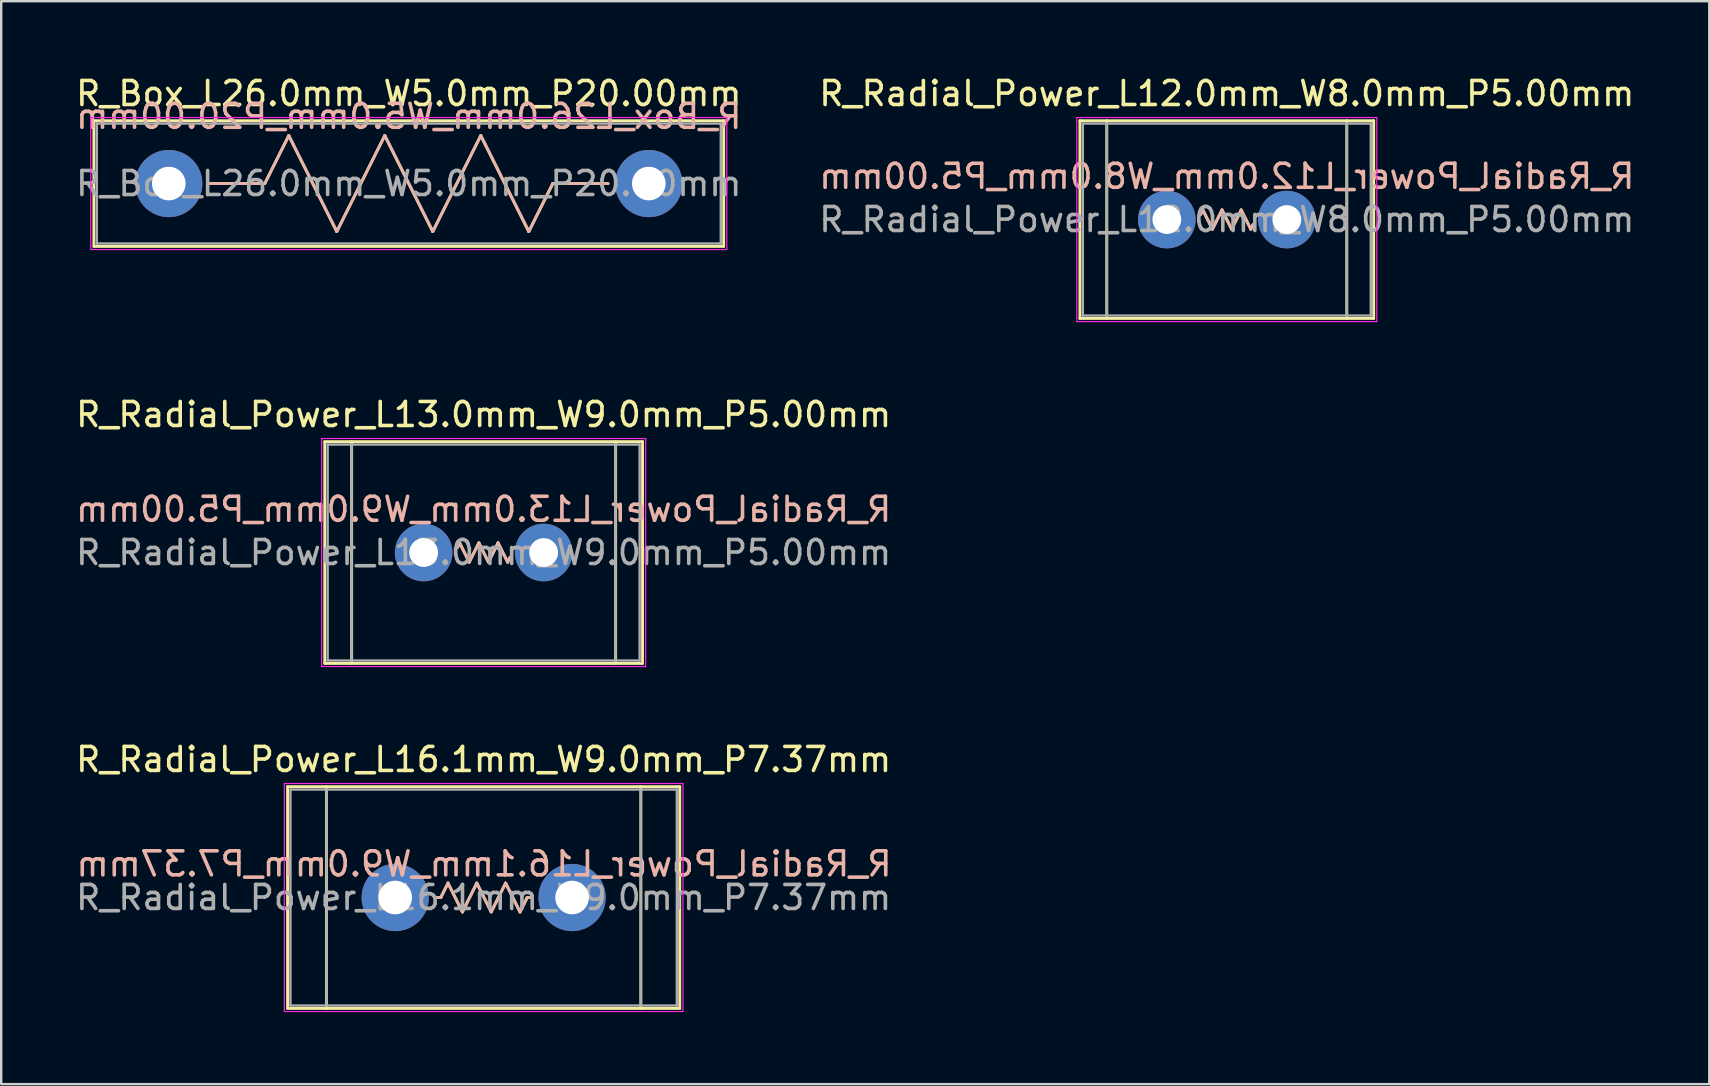
<source format=kicad_pcb>
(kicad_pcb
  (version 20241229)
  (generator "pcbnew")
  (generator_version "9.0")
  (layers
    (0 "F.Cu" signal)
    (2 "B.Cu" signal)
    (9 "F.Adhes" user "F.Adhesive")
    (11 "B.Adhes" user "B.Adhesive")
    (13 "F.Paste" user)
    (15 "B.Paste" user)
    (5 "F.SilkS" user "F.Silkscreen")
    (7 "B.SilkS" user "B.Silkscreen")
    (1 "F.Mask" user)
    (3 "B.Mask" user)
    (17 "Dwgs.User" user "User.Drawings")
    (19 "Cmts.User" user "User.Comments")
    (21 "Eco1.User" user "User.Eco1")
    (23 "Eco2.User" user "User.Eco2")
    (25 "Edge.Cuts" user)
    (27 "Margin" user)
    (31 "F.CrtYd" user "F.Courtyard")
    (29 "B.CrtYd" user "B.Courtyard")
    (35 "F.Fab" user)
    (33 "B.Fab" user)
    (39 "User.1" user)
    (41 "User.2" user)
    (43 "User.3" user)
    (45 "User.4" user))
  (footprint "R_Radial_Power_L13.0mm_W9.0mm_P5.00mm"
    (layer "F.Cu")
    (at 14.601 19.971)
    (property "Reference" "R_Radial_Power_L13.0mm_W9.0mm_P5.00mm" (at 2.5 -5.75 0) (layer "F.SilkS") (effects (font (size 1 1) (thickness 0.15))))
    (attr through_hole)
    (fp_line (start -4.12 -4.62) (end -4.12 4.62) (stroke (width 0.12) (type solid)) (layer "F.SilkS"))
    (fp_line (start -4.12 -4.62) (end 9.12 -4.62) (stroke (width 0.12) (type solid)) (layer "F.SilkS"))
    (fp_line (start -4.12 4.62) (end 9.12 4.62) (stroke (width 0.12) (type solid)) (layer "F.SilkS"))
    (fp_line (start -3 -4.62) (end -3 4.62) (stroke (width 0.12) (type solid)) (layer "F.SilkS"))
    (fp_line (start 1.4 -0.2) (end 1.5 -0.4) (stroke (width 0.12) (type solid)) (layer "F.SilkS"))
    (fp_line (start 1.5 -0.4) (end 1.9 0.4) (stroke (width 0.12) (type solid)) (layer "F.SilkS"))
    (fp_line (start 1.9 0.4) (end 2.3 -0.4) (stroke (width 0.12) (type solid)) (layer "F.SilkS"))
    (fp_line (start 2.3 -0.4) (end 2.7 0.4) (stroke (width 0.12) (type solid)) (layer "F.SilkS"))
    (fp_line (start 2.7 0.4) (end 3.1 -0.4) (stroke (width 0.12) (type solid)) (layer "F.SilkS"))
    (fp_line (start 3.1 -0.4) (end 3.5 0.4) (stroke (width 0.12) (type solid)) (layer "F.SilkS"))
    (fp_line (start 3.5 0.4) (end 3.6 0.2) (stroke (width 0.12) (type solid)) (layer "F.SilkS"))
    (fp_line (start 8 -4.62) (end 8 4.62) (stroke (width 0.12) (type solid)) (layer "F.SilkS"))
    (fp_line (start 9.12 -4.62) (end 9.12 4.62) (stroke (width 0.12) (type solid)) (layer "F.SilkS"))
    (fp_line (start 1.4 -0.2) (end 1.5 -0.4) (stroke (width 0.12) (type solid)) (layer "B.SilkS"))
    (fp_line (start 1.5 -0.4) (end 1.9 0.4) (stroke (width 0.12) (type solid)) (layer "B.SilkS"))
    (fp_line (start 1.9 0.4) (end 2.3 -0.4) (stroke (width 0.12) (type solid)) (layer "B.SilkS"))
    (fp_line (start 2.3 -0.4) (end 2.7 0.4) (stroke (width 0.12) (type solid)) (layer "B.SilkS"))
    (fp_line (start 2.7 0.4) (end 3.1 -0.4) (stroke (width 0.12) (type solid)) (layer "B.SilkS"))
    (fp_line (start 3.1 -0.4) (end 3.5 0.4) (stroke (width 0.12) (type solid)) (layer "B.SilkS"))
    (fp_line (start 3.5 0.4) (end 3.6 0.2) (stroke (width 0.12) (type solid)) (layer "B.SilkS"))
    (fp_line (start -4.25 -4.75) (end -4.25 4.75) (stroke (width 0.05) (type solid)) (layer "F.CrtYd"))
    (fp_line (start -4.25 4.75) (end 9.25 4.75) (stroke (width 0.05) (type solid)) (layer "F.CrtYd"))
    (fp_line (start 9.25 -4.75) (end -4.25 -4.75) (stroke (width 0.05) (type solid)) (layer "F.CrtYd"))
    (fp_line (start 9.25 4.75) (end 9.25 -4.75) (stroke (width 0.05) (type solid)) (layer "F.CrtYd"))
    (fp_line (start -4 -4.5) (end -4 4.5) (stroke (width 0.1) (type solid)) (layer "F.Fab"))
    (fp_line (start -4 4.5) (end 9 4.5) (stroke (width 0.1) (type solid)) (layer "F.Fab"))
    (fp_line (start -3 -4.5) (end -3 4.5) (stroke (width 0.1) (type solid)) (layer "F.Fab"))
    (fp_line (start 8 -4.5) (end 8 4.5) (stroke (width 0.1) (type solid)) (layer "F.Fab"))
    (fp_line (start 9 -4.5) (end -4 -4.5) (stroke (width 0.1) (type solid)) (layer "F.Fab"))
    (fp_line (start 9 4.5) (end 9 -4.5) (stroke (width 0.1) (type solid)) (layer "F.Fab"))
    (fp_text user "${REFERENCE}" (at 2.5 -1.8 0) (unlocked yes) (layer "B.SilkS") (effects (font (size 1 1) (thickness 0.15)) (justify mirror)))
    (fp_text user "${REFERENCE}" (at 2.5 0 0) (layer "F.Fab") (effects (font (size 1 1) (thickness 0.15))))
    (pad "1" thru_hole circle (at 0 0) (size 2.4 2.4) (drill 1.2) (layers "*.Cu" "*.Mask"))
    (pad "2" thru_hole circle (at 5 0) (size 2.4 2.4) (drill 1.2) (layers "*.Cu" "*.Mask")))
  (footprint "R_Radial_Power_L16.1mm_W9.0mm_P7.37mm"
    (layer "F.Cu")
    (at 13.416 34.345)
    (property "Reference" "R_Radial_Power_L16.1mm_W9.0mm_P7.37mm" (at 3.685 -5.75 0) (layer "F.SilkS") (effects (font (size 1 1) (thickness 0.15))))
    (attr through_hole)
    (fp_line (start -4.485 -4.62) (end -4.485 4.62) (stroke (width 0.12) (type solid)) (layer "F.SilkS"))
    (fp_line (start -4.485 -4.62) (end 11.855 -4.62) (stroke (width 0.12) (type solid)) (layer "F.SilkS"))
    (fp_line (start -4.485 4.62) (end 11.855 4.62) (stroke (width 0.12) (type solid)) (layer "F.SilkS"))
    (fp_line (start -2.866 -4.62) (end -2.866 4.62) (stroke (width 0.12) (type solid)) (layer "F.SilkS"))
    (fp_line (start 1.9 0) (end 1.7 0) (stroke (width 0.12) (type solid)) (layer "F.SilkS"))
    (fp_line (start 1.9 0) (end 2.2 -0.6) (stroke (width 0.12) (type solid)) (layer "F.SilkS"))
    (fp_line (start 2.2 -0.6) (end 2.8 0.6) (stroke (width 0.12) (type solid)) (layer "F.SilkS"))
    (fp_line (start 2.8 0.6) (end 3.4 -0.6) (stroke (width 0.12) (type solid)) (layer "F.SilkS"))
    (fp_line (start 3.4 -0.6) (end 4 0.6) (stroke (width 0.12) (type solid)) (layer "F.SilkS"))
    (fp_line (start 4 0.6) (end 4.6 -0.6) (stroke (width 0.12) (type solid)) (layer "F.SilkS"))
    (fp_line (start 4.6 -0.6) (end 5.2 0.6) (stroke (width 0.12) (type solid)) (layer "F.SilkS"))
    (fp_line (start 5.2 0.6) (end 5.5 0) (stroke (width 0.12) (type solid)) (layer "F.SilkS"))
    (fp_line (start 5.5 0) (end 5.7 0) (stroke (width 0.12) (type solid)) (layer "F.SilkS"))
    (fp_line (start 10.236 -4.62) (end 10.236 4.62) (stroke (width 0.12) (type solid)) (layer "F.SilkS"))
    (fp_line (start 11.855 -4.62) (end 11.855 4.62) (stroke (width 0.12) (type solid)) (layer "F.SilkS"))
    (fp_line (start 1.7 0) (end 1.9 0) (stroke (width 0.12) (type solid)) (layer "B.SilkS"))
    (fp_line (start 1.9 0) (end 2.2 -0.6) (stroke (width 0.12) (type solid)) (layer "B.SilkS"))
    (fp_line (start 2.2 -0.6) (end 2.8 0.6) (stroke (width 0.12) (type solid)) (layer "B.SilkS"))
    (fp_line (start 2.8 0.6) (end 3.4 -0.6) (stroke (width 0.12) (type solid)) (layer "B.SilkS"))
    (fp_line (start 3.4 -0.6) (end 4 0.6) (stroke (width 0.12) (type solid)) (layer "B.SilkS"))
    (fp_line (start 4 0.6) (end 4.6 -0.6) (stroke (width 0.12) (type solid)) (layer "B.SilkS"))
    (fp_line (start 4.6 -0.6) (end 5.2 0.6) (stroke (width 0.12) (type solid)) (layer "B.SilkS"))
    (fp_line (start 5.2 0.6) (end 5.5 0) (stroke (width 0.12) (type solid)) (layer "B.SilkS"))
    (fp_line (start 5.5 0) (end 5.7 0) (stroke (width 0.12) (type solid)) (layer "B.SilkS"))
    (fp_line (start -4.62 -4.75) (end -4.62 4.75) (stroke (width 0.05) (type solid)) (layer "F.CrtYd"))
    (fp_line (start -4.62 4.75) (end 11.99 4.75) (stroke (width 0.05) (type solid)) (layer "F.CrtYd"))
    (fp_line (start 11.99 -4.75) (end -4.62 -4.75) (stroke (width 0.05) (type solid)) (layer "F.CrtYd"))
    (fp_line (start 11.99 4.75) (end 11.99 -4.75) (stroke (width 0.05) (type solid)) (layer "F.CrtYd"))
    (fp_line (start -4.365 -4.5) (end -4.365 4.5) (stroke (width 0.1) (type solid)) (layer "F.Fab"))
    (fp_line (start -4.365 4.5) (end 11.735 4.5) (stroke (width 0.1) (type solid)) (layer "F.Fab"))
    (fp_line (start -2.865 -4.5) (end -2.865 4.5) (stroke (width 0.1) (type solid)) (layer "F.Fab"))
    (fp_line (start 10.235 -4.5) (end 10.235 4.5) (stroke (width 0.1) (type solid)) (layer "F.Fab"))
    (fp_line (start 11.735 -4.5) (end -4.365 -4.5) (stroke (width 0.1) (type solid)) (layer "F.Fab"))
    (fp_line (start 11.735 4.5) (end 11.735 -4.5) (stroke (width 0.1) (type solid)) (layer "F.Fab"))
    (fp_text user "${REFERENCE}" (at 3.7 -1.4 0) (unlocked yes) (layer "B.SilkS") (effects (font (size 1 1) (thickness 0.15)) (justify mirror)))
    (fp_text user "${REFERENCE}" (at 3.685 0 0) (layer "F.Fab") (effects (font (size 1 1) (thickness 0.15))))
    (pad "1" thru_hole circle (at 0 0) (size 2.8 2.8) (drill 1.4) (layers "*.Cu" "*.Mask"))
    (pad "2" thru_hole circle (at 7.37 0) (size 2.8 2.8) (drill 1.4) (layers "*.Cu" "*.Mask")))
  (footprint "R_Radial_Power_L12.0mm_W8.0mm_P5.00mm"
    (layer "F.Cu")
    (at 45.565 6.098)
    (property "Reference" "R_Radial_Power_L12.0mm_W8.0mm_P5.00mm" (at 2.5 -5.25 0) (layer "F.SilkS") (effects (font (size 1 1) (thickness 0.15))))
    (attr through_hole)
    (fp_line (start -3.62 -4.12) (end -3.62 4.12) (stroke (width 0.12) (type solid)) (layer "F.SilkS"))
    (fp_line (start -3.62 -4.12) (end 8.62 -4.12) (stroke (width 0.12) (type solid)) (layer "F.SilkS"))
    (fp_line (start -3.62 4.12) (end 8.62 4.12) (stroke (width 0.12) (type solid)) (layer "F.SilkS"))
    (fp_line (start -2.5 -4.12) (end -2.5 4.12) (stroke (width 0.12) (type solid)) (layer "F.SilkS"))
    (fp_line (start 1.4 -0.2) (end 1.5 -0.4) (stroke (width 0.12) (type solid)) (layer "F.SilkS"))
    (fp_line (start 1.5 -0.4) (end 1.9 0.4) (stroke (width 0.12) (type solid)) (layer "F.SilkS"))
    (fp_line (start 1.9 0.4) (end 2.3 -0.4) (stroke (width 0.12) (type solid)) (layer "F.SilkS"))
    (fp_line (start 2.3 -0.4) (end 2.7 0.4) (stroke (width 0.12) (type solid)) (layer "F.SilkS"))
    (fp_line (start 2.7 0.4) (end 3.1 -0.4) (stroke (width 0.12) (type solid)) (layer "F.SilkS"))
    (fp_line (start 3.1 -0.4) (end 3.5 0.4) (stroke (width 0.12) (type solid)) (layer "F.SilkS"))
    (fp_line (start 3.5 0.4) (end 3.6 0.2) (stroke (width 0.12) (type solid)) (layer "F.SilkS"))
    (fp_line (start 7.5 -4.12) (end 7.5 4.12) (stroke (width 0.12) (type solid)) (layer "F.SilkS"))
    (fp_line (start 8.62 -4.12) (end 8.62 4.12) (stroke (width 0.12) (type solid)) (layer "F.SilkS"))
    (fp_line (start 1.4 -0.2) (end 1.5 -0.4) (stroke (width 0.12) (type solid)) (layer "B.SilkS"))
    (fp_line (start 1.5 -0.4) (end 1.9 0.4) (stroke (width 0.12) (type solid)) (layer "B.SilkS"))
    (fp_line (start 1.9 0.4) (end 2.3 -0.4) (stroke (width 0.12) (type solid)) (layer "B.SilkS"))
    (fp_line (start 2.3 -0.4) (end 2.7 0.4) (stroke (width 0.12) (type solid)) (layer "B.SilkS"))
    (fp_line (start 2.7 0.4) (end 3.1 -0.4) (stroke (width 0.12) (type solid)) (layer "B.SilkS"))
    (fp_line (start 3.1 -0.4) (end 3.5 0.4) (stroke (width 0.12) (type solid)) (layer "B.SilkS"))
    (fp_line (start 3.5 0.4) (end 3.6 0.2) (stroke (width 0.12) (type solid)) (layer "B.SilkS"))
    (fp_line (start -3.75 -4.25) (end -3.75 4.25) (stroke (width 0.05) (type solid)) (layer "F.CrtYd"))
    (fp_line (start -3.75 4.25) (end 8.75 4.25) (stroke (width 0.05) (type solid)) (layer "F.CrtYd"))
    (fp_line (start 8.75 -4.25) (end -3.75 -4.25) (stroke (width 0.05) (type solid)) (layer "F.CrtYd"))
    (fp_line (start 8.75 4.25) (end 8.75 -4.25) (stroke (width 0.05) (type solid)) (layer "F.CrtYd"))
    (fp_line (start -3.5 -4) (end -3.5 4) (stroke (width 0.1) (type solid)) (layer "F.Fab"))
    (fp_line (start -3.5 4) (end 8.5 4) (stroke (width 0.1) (type solid)) (layer "F.Fab"))
    (fp_line (start -2.5 -4) (end -2.5 4) (stroke (width 0.1) (type solid)) (layer "F.Fab"))
    (fp_line (start 7.5 -4) (end 7.5 4) (stroke (width 0.1) (type solid)) (layer "F.Fab"))
    (fp_line (start 8.5 -4) (end -3.5 -4) (stroke (width 0.1) (type solid)) (layer "F.Fab"))
    (fp_line (start 8.5 4) (end 8.5 -4) (stroke (width 0.1) (type solid)) (layer "F.Fab"))
    (fp_text user "${REFERENCE}" (at 2.5 -1.8 0) (unlocked yes) (layer "B.SilkS") (effects (font (size 1 1) (thickness 0.15)) (justify mirror)))
    (fp_text user "${REFERENCE}" (at 2.5 0 0) (layer "F.Fab") (effects (font (size 1 1) (thickness 0.15))))
    (pad "1" thru_hole circle (at 0 0) (size 2.4 2.4) (drill 1.2) (layers "*.Cu" "*.Mask"))
    (pad "2" thru_hole circle (at 5 0) (size 2.4 2.4) (drill 1.2) (layers "*.Cu" "*.Mask")))
  (footprint "R_Box_L26.0mm_W5.0mm_P20.00mm"
    (layer "F.Cu")
    (at 3.982 4.598)
    (property "Reference" "R_Box_L26.0mm_W5.0mm_P20.00mm" (at 10 -3.75 0) (layer "F.SilkS") (effects (font (size 1 1) (thickness 0.15))))
    (attr through_hole)
    (fp_line (start -3.12 -2.62) (end -3.12 2.62) (stroke (width 0.12) (type solid)) (layer "F.SilkS"))
    (fp_line (start -3.12 -2.62) (end 23.12 -2.62) (stroke (width 0.12) (type solid)) (layer "F.SilkS"))
    (fp_line (start -3.12 2.62) (end 23.12 2.62) (stroke (width 0.12) (type solid)) (layer "F.SilkS"))
    (fp_line (start 1.7 0) (end 4 0) (stroke (width 0.12) (type solid)) (layer "F.SilkS"))
    (fp_line (start 4 0) (end 5 -2) (stroke (width 0.12) (type solid)) (layer "F.SilkS"))
    (fp_line (start 5 -2) (end 7 2) (stroke (width 0.12) (type solid)) (layer "F.SilkS"))
    (fp_line (start 7 2) (end 9 -2) (stroke (width 0.12) (type solid)) (layer "F.SilkS"))
    (fp_line (start 9 -2) (end 11 2) (stroke (width 0.12) (type solid)) (layer "F.SilkS"))
    (fp_line (start 11 2) (end 13 -2) (stroke (width 0.12) (type solid)) (layer "F.SilkS"))
    (fp_line (start 13 -2) (end 15 2) (stroke (width 0.12) (type solid)) (layer "F.SilkS"))
    (fp_line (start 15 2) (end 16 0) (stroke (width 0.12) (type solid)) (layer "F.SilkS"))
    (fp_line (start 16 0) (end 18.3 0) (stroke (width 0.12) (type solid)) (layer "F.SilkS"))
    (fp_line (start 23.12 -2.62) (end 23.12 2.62) (stroke (width 0.12) (type solid)) (layer "F.SilkS"))
    (fp_line (start 1.7 0) (end 4 0) (stroke (width 0.12) (type solid)) (layer "B.SilkS"))
    (fp_line (start 4 0) (end 5 -2) (stroke (width 0.12) (type solid)) (layer "B.SilkS"))
    (fp_line (start 5 -2) (end 7 2) (stroke (width 0.12) (type solid)) (layer "B.SilkS"))
    (fp_line (start 7 2) (end 9 -2) (stroke (width 0.12) (type solid)) (layer "B.SilkS"))
    (fp_line (start 9 -2) (end 11 2) (stroke (width 0.12) (type solid)) (layer "B.SilkS"))
    (fp_line (start 11 2) (end 13 -2) (stroke (width 0.12) (type solid)) (layer "B.SilkS"))
    (fp_line (start 13 -2) (end 15 2) (stroke (width 0.12) (type solid)) (layer "B.SilkS"))
    (fp_line (start 15 2) (end 16 0) (stroke (width 0.12) (type solid)) (layer "B.SilkS"))
    (fp_line (start 16 0) (end 18.2 0) (stroke (width 0.12) (type solid)) (layer "B.SilkS"))
    (fp_line (start 18.2 0) (end 18.3 0) (stroke (width 0.12) (type solid)) (layer "B.SilkS"))
    (fp_line (start -3.25 -2.75) (end -3.25 2.75) (stroke (width 0.05) (type solid)) (layer "F.CrtYd"))
    (fp_line (start -3.25 2.75) (end 23.25 2.75) (stroke (width 0.05) (type solid)) (layer "F.CrtYd"))
    (fp_line (start 23.25 -2.75) (end -3.25 -2.75) (stroke (width 0.05) (type solid)) (layer "F.CrtYd"))
    (fp_line (start 23.25 2.75) (end 23.25 -2.75) (stroke (width 0.05) (type solid)) (layer "F.CrtYd"))
    (fp_line (start -3 -2.5) (end -3 2.5) (stroke (width 0.1) (type solid)) (layer "F.Fab"))
    (fp_line (start -3 2.5) (end 23 2.5) (stroke (width 0.1) (type solid)) (layer "F.Fab"))
    (fp_line (start 23 -2.5) (end -3 -2.5) (stroke (width 0.1) (type solid)) (layer "F.Fab"))
    (fp_line (start 23 2.5) (end 23 -2.5) (stroke (width 0.1) (type solid)) (layer "F.Fab"))
    (fp_text user "${REFERENCE}" (at 10 -2.8 0) (unlocked yes) (layer "B.SilkS") (effects (font (size 1 1) (thickness 0.15)) (justify mirror)))
    (fp_text user "${REFERENCE}" (at 10 0 0) (layer "F.Fab") (effects (font (size 1 1) (thickness 0.15))))
    (pad "1" thru_hole circle (at 0 0) (size 2.8 2.8) (drill 1.4) (layers "*.Cu" "*.Mask"))
    (pad "2" thru_hole circle (at 20 0) (size 2.8 2.8) (drill 1.4) (layers "*.Cu" "*.Mask")))
  (gr_rect
    (start -3 -3)
    (end 68.167 42.12)
    (stroke (width 0.1) (type default))
    (fill no)
    (layer "Edge.Cuts")))
</source>
